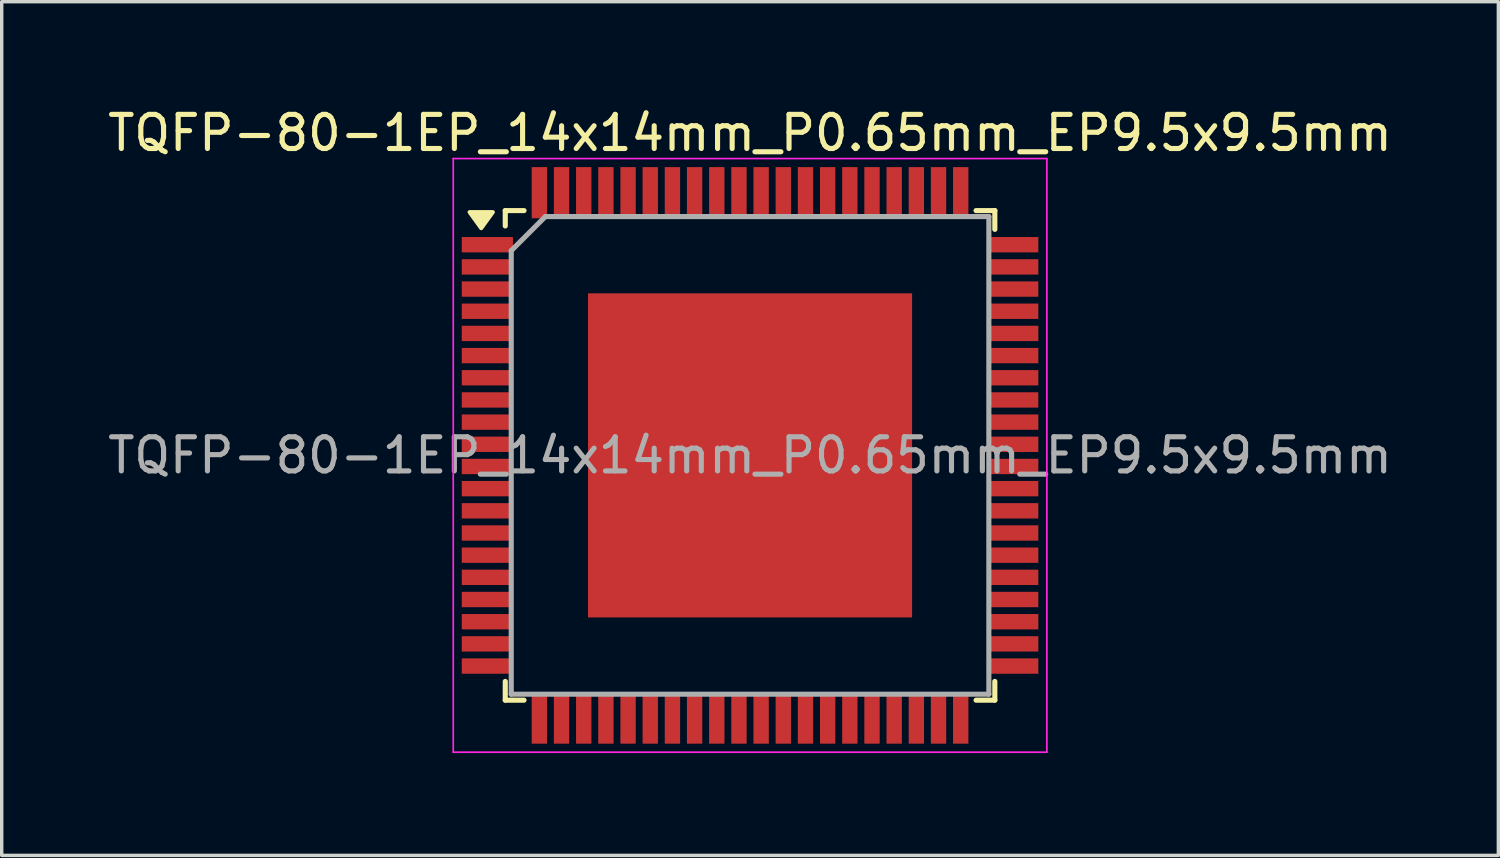
<source format=kicad_pcb>
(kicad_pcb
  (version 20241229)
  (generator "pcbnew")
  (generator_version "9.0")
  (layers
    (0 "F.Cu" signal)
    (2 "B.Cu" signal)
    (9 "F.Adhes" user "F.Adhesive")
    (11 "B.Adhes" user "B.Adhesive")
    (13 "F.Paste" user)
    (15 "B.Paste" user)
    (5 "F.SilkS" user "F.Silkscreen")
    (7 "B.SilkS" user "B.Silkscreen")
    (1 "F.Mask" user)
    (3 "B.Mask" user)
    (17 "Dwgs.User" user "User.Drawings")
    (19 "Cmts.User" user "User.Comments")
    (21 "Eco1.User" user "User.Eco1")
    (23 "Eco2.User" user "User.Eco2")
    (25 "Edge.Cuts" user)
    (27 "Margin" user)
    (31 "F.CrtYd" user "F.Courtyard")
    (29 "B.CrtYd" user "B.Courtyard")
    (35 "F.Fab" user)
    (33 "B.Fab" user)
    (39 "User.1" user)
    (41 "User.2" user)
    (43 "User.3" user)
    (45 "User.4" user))
  (footprint "TQFP-80-1EP_14x14mm_P0.65mm_EP9.5x9.5mm"
    (layer "F.Cu")
    (at 18.935 10.298)
    (property "Reference" "TQFP-80-1EP_14x14mm_P0.65mm_EP9.5x9.5mm" (at 0 -9.45 0) (layer "F.SilkS") (effects (font (size 1 1) (thickness 0.15))))
    (attr smd)
    (fp_line (start -7.175 -7.175) (end -7.175 -6.725) (stroke (width 0.15) (type solid)) (layer "F.SilkS"))
    (fp_line (start -7.175 -7.175) (end -6.625 -7.175) (stroke (width 0.15) (type solid)) (layer "F.SilkS"))
    (fp_line (start -7.175 7.175) (end -7.175 6.625) (stroke (width 0.15) (type solid)) (layer "F.SilkS"))
    (fp_line (start -7.175 7.175) (end -6.625 7.175) (stroke (width 0.15) (type solid)) (layer "F.SilkS"))
    (fp_line (start 7.175 -7.175) (end 6.625 -7.175) (stroke (width 0.15) (type solid)) (layer "F.SilkS"))
    (fp_line (start 7.175 -7.175) (end 7.175 -6.625) (stroke (width 0.15) (type solid)) (layer "F.SilkS"))
    (fp_line (start 7.175 7.175) (end 6.625 7.175) (stroke (width 0.15) (type solid)) (layer "F.SilkS"))
    (fp_line (start 7.175 7.175) (end 7.175 6.625) (stroke (width 0.15) (type solid)) (layer "F.SilkS"))
    (fp_poly (pts (xy -7.88 -6.66) (xy -8.22 -7.13) (xy -7.54 -7.13) (xy -7.88 -6.66)) (stroke (width 0.12) (type solid)) (fill yes) (layer "F.SilkS"))
    (fp_line (start -8.7 -8.7) (end -8.7 8.7) (stroke (width 0.05) (type solid)) (layer "F.CrtYd"))
    (fp_line (start -8.7 -8.7) (end 8.7 -8.7) (stroke (width 0.05) (type solid)) (layer "F.CrtYd"))
    (fp_line (start -8.7 8.7) (end 8.7 8.7) (stroke (width 0.05) (type solid)) (layer "F.CrtYd"))
    (fp_line (start 8.7 -8.7) (end 8.7 8.7) (stroke (width 0.05) (type solid)) (layer "F.CrtYd"))
    (fp_line (start -7 -6) (end -6 -7) (stroke (width 0.15) (type solid)) (layer "F.Fab"))
    (fp_line (start -7 7) (end -7 -6) (stroke (width 0.15) (type solid)) (layer "F.Fab"))
    (fp_line (start -6 -7) (end 7 -7) (stroke (width 0.15) (type solid)) (layer "F.Fab"))
    (fp_line (start 7 -7) (end 7 7) (stroke (width 0.15) (type solid)) (layer "F.Fab"))
    (fp_line (start 7 7) (end -7 7) (stroke (width 0.15) (type solid)) (layer "F.Fab"))
    (fp_text user "${REFERENCE}" (at 0 0 0) (layer "F.Fab") (effects (font (size 1 1) (thickness 0.15))))
    (pad "" smd rect (at -2.375 -2.375) (size 3.8 3.8) (layers "F.Paste"))
    (pad "" smd rect (at -2.375 2.375) (size 3.8 3.8) (layers "F.Paste"))
    (pad "" smd rect (at 2.375 -2.375) (size 3.8 3.8) (layers "F.Paste"))
    (pad "" smd rect (at 2.375 2.375) (size 3.8 3.8) (layers "F.Paste"))
    (pad "1" smd rect (at -7.7 -6.175) (size 1.5 0.45) (layers "F.Cu" "F.Mask" "F.Paste"))
    (pad "2" smd rect (at -7.7 -5.525) (size 1.5 0.45) (layers "F.Cu" "F.Mask" "F.Paste"))
    (pad "3" smd rect (at -7.7 -4.875) (size 1.5 0.45) (layers "F.Cu" "F.Mask" "F.Paste"))
    (pad "4" smd rect (at -7.7 -4.225) (size 1.5 0.45) (layers "F.Cu" "F.Mask" "F.Paste"))
    (pad "5" smd rect (at -7.7 -3.575) (size 1.5 0.45) (layers "F.Cu" "F.Mask" "F.Paste"))
    (pad "6" smd rect (at -7.7 -2.925) (size 1.5 0.45) (layers "F.Cu" "F.Mask" "F.Paste"))
    (pad "7" smd rect (at -7.7 -2.275) (size 1.5 0.45) (layers "F.Cu" "F.Mask" "F.Paste"))
    (pad "8" smd rect (at -7.7 -1.625) (size 1.5 0.45) (layers "F.Cu" "F.Mask" "F.Paste"))
    (pad "9" smd rect (at -7.7 -0.975) (size 1.5 0.45) (layers "F.Cu" "F.Mask" "F.Paste"))
    (pad "10" smd rect (at -7.7 -0.325) (size 1.5 0.45) (layers "F.Cu" "F.Mask" "F.Paste"))
    (pad "11" smd rect (at -7.7 0.325) (size 1.5 0.45) (layers "F.Cu" "F.Mask" "F.Paste"))
    (pad "12" smd rect (at -7.7 0.975) (size 1.5 0.45) (layers "F.Cu" "F.Mask" "F.Paste"))
    (pad "13" smd rect (at -7.7 1.625) (size 1.5 0.45) (layers "F.Cu" "F.Mask" "F.Paste"))
    (pad "14" smd rect (at -7.7 2.275) (size 1.5 0.45) (layers "F.Cu" "F.Mask" "F.Paste"))
    (pad "15" smd rect (at -7.7 2.925) (size 1.5 0.45) (layers "F.Cu" "F.Mask" "F.Paste"))
    (pad "16" smd rect (at -7.7 3.575) (size 1.5 0.45) (layers "F.Cu" "F.Mask" "F.Paste"))
    (pad "17" smd rect (at -7.7 4.225) (size 1.5 0.45) (layers "F.Cu" "F.Mask" "F.Paste"))
    (pad "18" smd rect (at -7.7 4.875) (size 1.5 0.45) (layers "F.Cu" "F.Mask" "F.Paste"))
    (pad "19" smd rect (at -7.7 5.525) (size 1.5 0.45) (layers "F.Cu" "F.Mask" "F.Paste"))
    (pad "20" smd rect (at -7.7 6.175) (size 1.5 0.45) (layers "F.Cu" "F.Mask" "F.Paste"))
    (pad "21" smd rect (at -6.175 7.7 90) (size 1.5 0.45) (layers "F.Cu" "F.Mask" "F.Paste"))
    (pad "22" smd rect (at -5.525 7.7 90) (size 1.5 0.45) (layers "F.Cu" "F.Mask" "F.Paste"))
    (pad "23" smd rect (at -4.875 7.7 90) (size 1.5 0.45) (layers "F.Cu" "F.Mask" "F.Paste"))
    (pad "24" smd rect (at -4.225 7.7 90) (size 1.5 0.45) (layers "F.Cu" "F.Mask" "F.Paste"))
    (pad "25" smd rect (at -3.575 7.7 90) (size 1.5 0.45) (layers "F.Cu" "F.Mask" "F.Paste"))
    (pad "26" smd rect (at -2.925 7.7 90) (size 1.5 0.45) (layers "F.Cu" "F.Mask" "F.Paste"))
    (pad "27" smd rect (at -2.275 7.7 90) (size 1.5 0.45) (layers "F.Cu" "F.Mask" "F.Paste"))
    (pad "28" smd rect (at -1.625 7.7 90) (size 1.5 0.45) (layers "F.Cu" "F.Mask" "F.Paste"))
    (pad "29" smd rect (at -0.975 7.7 90) (size 1.5 0.45) (layers "F.Cu" "F.Mask" "F.Paste"))
    (pad "30" smd rect (at -0.325 7.7 90) (size 1.5 0.45) (layers "F.Cu" "F.Mask" "F.Paste"))
    (pad "31" smd rect (at 0.325 7.7 90) (size 1.5 0.45) (layers "F.Cu" "F.Mask" "F.Paste"))
    (pad "32" smd rect (at 0.975 7.7 90) (size 1.5 0.45) (layers "F.Cu" "F.Mask" "F.Paste"))
    (pad "33" smd rect (at 1.625 7.7 90) (size 1.5 0.45) (layers "F.Cu" "F.Mask" "F.Paste"))
    (pad "34" smd rect (at 2.275 7.7 90) (size 1.5 0.45) (layers "F.Cu" "F.Mask" "F.Paste"))
    (pad "35" smd rect (at 2.925 7.7 90) (size 1.5 0.45) (layers "F.Cu" "F.Mask" "F.Paste"))
    (pad "36" smd rect (at 3.575 7.7 90) (size 1.5 0.45) (layers "F.Cu" "F.Mask" "F.Paste"))
    (pad "37" smd rect (at 4.225 7.7 90) (size 1.5 0.45) (layers "F.Cu" "F.Mask" "F.Paste"))
    (pad "38" smd rect (at 4.875 7.7 90) (size 1.5 0.45) (layers "F.Cu" "F.Mask" "F.Paste"))
    (pad "39" smd rect (at 5.525 7.7 90) (size 1.5 0.45) (layers "F.Cu" "F.Mask" "F.Paste"))
    (pad "40" smd rect (at 6.175 7.7 90) (size 1.5 0.45) (layers "F.Cu" "F.Mask" "F.Paste"))
    (pad "41" smd rect (at 7.7 6.175) (size 1.5 0.45) (layers "F.Cu" "F.Mask" "F.Paste"))
    (pad "42" smd rect (at 7.7 5.525) (size 1.5 0.45) (layers "F.Cu" "F.Mask" "F.Paste"))
    (pad "43" smd rect (at 7.7 4.875) (size 1.5 0.45) (layers "F.Cu" "F.Mask" "F.Paste"))
    (pad "44" smd rect (at 7.7 4.225) (size 1.5 0.45) (layers "F.Cu" "F.Mask" "F.Paste"))
    (pad "45" smd rect (at 7.7 3.575) (size 1.5 0.45) (layers "F.Cu" "F.Mask" "F.Paste"))
    (pad "46" smd rect (at 7.7 2.925) (size 1.5 0.45) (layers "F.Cu" "F.Mask" "F.Paste"))
    (pad "47" smd rect (at 7.7 2.275) (size 1.5 0.45) (layers "F.Cu" "F.Mask" "F.Paste"))
    (pad "48" smd rect (at 7.7 1.625) (size 1.5 0.45) (layers "F.Cu" "F.Mask" "F.Paste"))
    (pad "49" smd rect (at 7.7 0.975) (size 1.5 0.45) (layers "F.Cu" "F.Mask" "F.Paste"))
    (pad "50" smd rect (at 7.7 0.325) (size 1.5 0.45) (layers "F.Cu" "F.Mask" "F.Paste"))
    (pad "51" smd rect (at 7.7 -0.325) (size 1.5 0.45) (layers "F.Cu" "F.Mask" "F.Paste"))
    (pad "52" smd rect (at 7.7 -0.975) (size 1.5 0.45) (layers "F.Cu" "F.Mask" "F.Paste"))
    (pad "53" smd rect (at 7.7 -1.625) (size 1.5 0.45) (layers "F.Cu" "F.Mask" "F.Paste"))
    (pad "54" smd rect (at 7.7 -2.275) (size 1.5 0.45) (layers "F.Cu" "F.Mask" "F.Paste"))
    (pad "55" smd rect (at 7.7 -2.925) (size 1.5 0.45) (layers "F.Cu" "F.Mask" "F.Paste"))
    (pad "56" smd rect (at 7.7 -3.575) (size 1.5 0.45) (layers "F.Cu" "F.Mask" "F.Paste"))
    (pad "57" smd rect (at 7.7 -4.225) (size 1.5 0.45) (layers "F.Cu" "F.Mask" "F.Paste"))
    (pad "58" smd rect (at 7.7 -4.875) (size 1.5 0.45) (layers "F.Cu" "F.Mask" "F.Paste"))
    (pad "59" smd rect (at 7.7 -5.525) (size 1.5 0.45) (layers "F.Cu" "F.Mask" "F.Paste"))
    (pad "60" smd rect (at 7.7 -6.175) (size 1.5 0.45) (layers "F.Cu" "F.Mask" "F.Paste"))
    (pad "61" smd rect (at 6.175 -7.7 90) (size 1.5 0.45) (layers "F.Cu" "F.Mask" "F.Paste"))
    (pad "62" smd rect (at 5.525 -7.7 90) (size 1.5 0.45) (layers "F.Cu" "F.Mask" "F.Paste"))
    (pad "63" smd rect (at 4.875 -7.7 90) (size 1.5 0.45) (layers "F.Cu" "F.Mask" "F.Paste"))
    (pad "64" smd rect (at 4.225 -7.7 90) (size 1.5 0.45) (layers "F.Cu" "F.Mask" "F.Paste"))
    (pad "65" smd rect (at 3.575 -7.7 90) (size 1.5 0.45) (layers "F.Cu" "F.Mask" "F.Paste"))
    (pad "66" smd rect (at 2.925 -7.7 90) (size 1.5 0.45) (layers "F.Cu" "F.Mask" "F.Paste"))
    (pad "67" smd rect (at 2.275 -7.7 90) (size 1.5 0.45) (layers "F.Cu" "F.Mask" "F.Paste"))
    (pad "68" smd rect (at 1.625 -7.7 90) (size 1.5 0.45) (layers "F.Cu" "F.Mask" "F.Paste"))
    (pad "69" smd rect (at 0.975 -7.7 90) (size 1.5 0.45) (layers "F.Cu" "F.Mask" "F.Paste"))
    (pad "70" smd rect (at 0.325 -7.7 90) (size 1.5 0.45) (layers "F.Cu" "F.Mask" "F.Paste"))
    (pad "71" smd rect (at -0.325 -7.7 90) (size 1.5 0.45) (layers "F.Cu" "F.Mask" "F.Paste"))
    (pad "72" smd rect (at -0.975 -7.7 90) (size 1.5 0.45) (layers "F.Cu" "F.Mask" "F.Paste"))
    (pad "73" smd rect (at -1.625 -7.7 90) (size 1.5 0.45) (layers "F.Cu" "F.Mask" "F.Paste"))
    (pad "74" smd rect (at -2.275 -7.7 90) (size 1.5 0.45) (layers "F.Cu" "F.Mask" "F.Paste"))
    (pad "75" smd rect (at -2.925 -7.7 90) (size 1.5 0.45) (layers "F.Cu" "F.Mask" "F.Paste"))
    (pad "76" smd rect (at -3.575 -7.7 90) (size 1.5 0.45) (layers "F.Cu" "F.Mask" "F.Paste"))
    (pad "77" smd rect (at -4.225 -7.7 90) (size 1.5 0.45) (layers "F.Cu" "F.Mask" "F.Paste"))
    (pad "78" smd rect (at -4.875 -7.7 90) (size 1.5 0.45) (layers "F.Cu" "F.Mask" "F.Paste"))
    (pad "79" smd rect (at -5.525 -7.7 90) (size 1.5 0.45) (layers "F.Cu" "F.Mask" "F.Paste"))
    (pad "80" smd rect (at -6.175 -7.7 90) (size 1.5 0.45) (layers "F.Cu" "F.Mask" "F.Paste"))
    (pad "81" smd rect (at 0 0) (size 9.5 9.5) (layers "F.Cu" "F.Mask")))
  (gr_rect
    (start -3 -3)
    (end 40.869 22.023)
    (stroke (width 0.1) (type default))
    (fill no)
    (layer "Edge.Cuts")))
</source>
